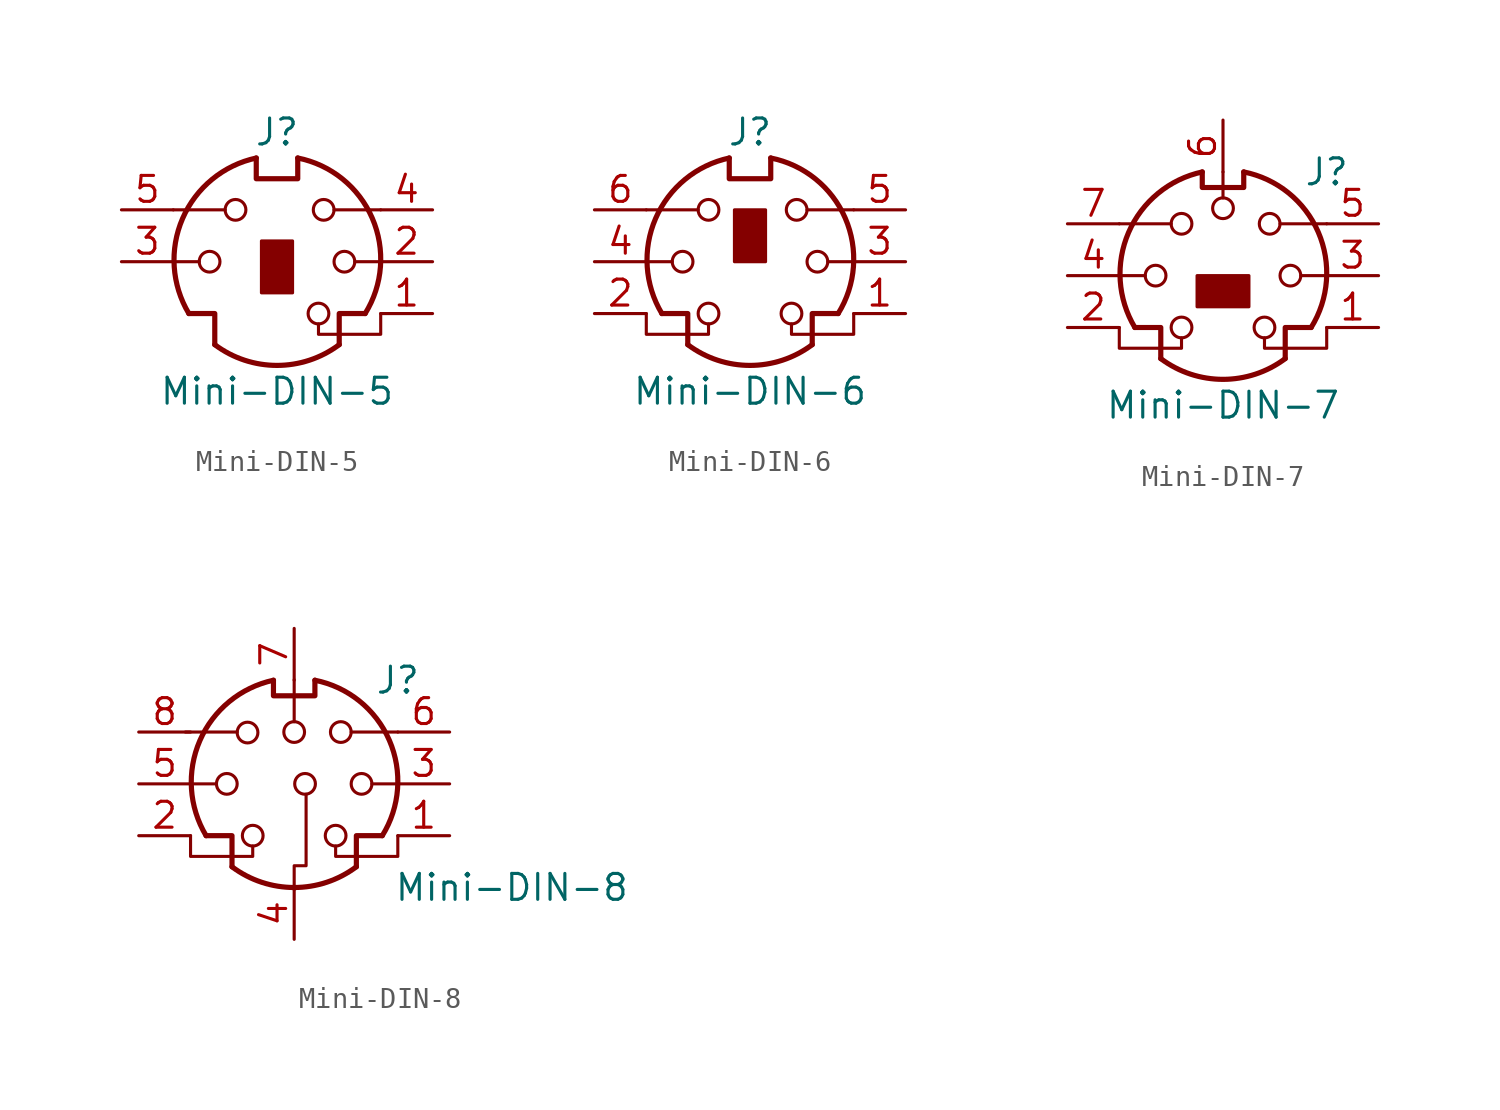
<source format=kicad_sym>
(kicad_symbol_lib
  (version 20220914)
  (generator kicad_symbol_editor)
  (symbol "Mini-DIN-5"
    (pin_names
      (offset 1.016))
    (property "Reference" "J"
      (at 0 6.35 0)
      (effects (font (size 1.27 1.27))))
    (property "Value" "Mini-DIN-5"
      (at 0 -6.35 0)
      (effects (font (size 1.27 1.27))))
    (symbol "Mini-DIN-5_0_1"
      (circle (center -3.302 0) (radius 0.508) (stroke (width 0) (type solid)) (fill (type none)))
      (arc (start -3.048 -4.064) (mid 0 -5.08) (end 3.048 -4.064) (stroke (width 0.254) (type solid)) (fill (type none)))
      (circle (center -2.032 2.54) (radius 0.508) (stroke (width 0) (type solid)) (fill (type none)))
      (arc (start -1.016 5.08) (mid -4.6228 2.1214) (end -4.318 -2.54) (stroke (width 0.254) (type solid)) (fill (type none)))
      (rectangle (start -0.762 1.016) (end 0.762 -1.524) (stroke (width 0) (type solid)) (fill (type outline)))
      (polyline (pts (xy -3.81 0) (xy -5.08 0)) (stroke (width 0) (type solid)) (fill (type none)))
      (polyline (pts (xy -2.54 2.54) (xy -5.08 2.54)) (stroke (width 0) (type solid)) (fill (type none)))
      (polyline (pts (xy 2.794 2.54) (xy 5.08 2.54)) (stroke (width 0) (type solid)) (fill (type none)))
      (polyline (pts (xy 5.08 0) (xy 3.81 0)) (stroke (width 0) (type solid)) (fill (type none)))
      (polyline (pts (xy -4.318 -2.54) (xy -3.048 -2.54) (xy -3.048 -4.064)) (stroke (width 0.254) (type solid)) (fill (type none)))
      (polyline (pts (xy 4.318 -2.54) (xy 3.048 -2.54) (xy 3.048 -4.064)) (stroke (width 0.254) (type solid)) (fill (type none)))
      (polyline (pts (xy -1.016 5.08) (xy -1.016 4.064) (xy 1.016 4.064) (xy 1.016 5.08)) (stroke (width 0.254) (type solid)) (fill (type none)))
      (polyline (pts (xy 2.032 -3.048) (xy 2.032 -3.556) (xy 5.08 -3.556) (xy 5.08 -2.54)) (stroke (width 0) (type solid)) (fill (type none)))
      (circle (center 2.032 -2.54) (radius 0.508) (stroke (width 0) (type solid)) (fill (type none)))
      (circle (center 2.286 2.54) (radius 0.508) (stroke (width 0) (type solid)) (fill (type none)))
      (circle (center 3.302 0) (radius 0.508) (stroke (width 0) (type solid)) (fill (type none)))
      (arc (start 4.318 -2.54) (mid 4.6661 2.1322) (end 1.016 5.08) (stroke (width 0.254) (type solid)) (fill (type none))))
    (symbol "Mini-DIN-5_1_1"
      (pin passive line (at 7.62 -2.54 180) (length 2.54) (name "~" (effects (font (size 1.27 1.27)))) (number "1" (effects (font (size 1.27 1.27)))))
      (pin passive line (at 7.62 0 180) (length 2.54) (name "~" (effects (font (size 1.27 1.27)))) (number "2" (effects (font (size 1.27 1.27)))))
      (pin passive line (at -7.62 0 0) (length 2.54) (name "~" (effects (font (size 1.27 1.27)))) (number "3" (effects (font (size 1.27 1.27)))))
      (pin passive line (at 7.62 2.54 180) (length 2.54) (name "~" (effects (font (size 1.27 1.27)))) (number "4" (effects (font (size 1.27 1.27)))))
      (pin passive line (at -7.62 2.54 0) (length 2.54) (name "~" (effects (font (size 1.27 1.27)))) (number "5" (effects (font (size 1.27 1.27)))))))
  (symbol "Mini-DIN-6"
    (pin_names
      (offset 1.016))
    (property "Reference" "J"
      (at 0 6.35 0)
      (effects (font (size 1.27 1.27))))
    (property "Value" "Mini-DIN-6"
      (at 0 -6.35 0)
      (effects (font (size 1.27 1.27))))
    (symbol "Mini-DIN-6_0_1"
      (circle (center -3.302 0) (radius 0.508) (stroke (width 0) (type solid)) (fill (type none)))
      (arc (start -3.048 -4.064) (mid 0 -5.08) (end 3.048 -4.064) (stroke (width 0.254) (type solid)) (fill (type none)))
      (circle (center -2.032 -2.54) (radius 0.508) (stroke (width 0) (type solid)) (fill (type none)))
      (circle (center -2.032 2.54) (radius 0.508) (stroke (width 0) (type solid)) (fill (type none)))
      (arc (start -1.016 5.08) (mid -4.6228 2.1214) (end -4.318 -2.54) (stroke (width 0.254) (type solid)) (fill (type none)))
      (rectangle (start -0.762 2.54) (end 0.762 0) (stroke (width 0) (type solid)) (fill (type outline)))
      (polyline (pts (xy -3.81 0) (xy -5.08 0)) (stroke (width 0) (type solid)) (fill (type none)))
      (polyline (pts (xy -2.54 2.54) (xy -5.08 2.54)) (stroke (width 0) (type solid)) (fill (type none)))
      (polyline (pts (xy 2.794 2.54) (xy 5.08 2.54)) (stroke (width 0) (type solid)) (fill (type none)))
      (polyline (pts (xy 5.08 0) (xy 3.81 0)) (stroke (width 0) (type solid)) (fill (type none)))
      (polyline (pts (xy -4.318 -2.54) (xy -3.048 -2.54) (xy -3.048 -4.064)) (stroke (width 0.254) (type solid)) (fill (type none)))
      (polyline (pts (xy 4.318 -2.54) (xy 3.048 -2.54) (xy 3.048 -4.064)) (stroke (width 0.254) (type solid)) (fill (type none)))
      (polyline (pts (xy -2.032 -3.048) (xy -2.032 -3.556) (xy -5.08 -3.556) (xy -5.08 -2.54)) (stroke (width 0) (type solid)) (fill (type none)))
      (polyline (pts (xy -1.016 5.08) (xy -1.016 4.064) (xy 1.016 4.064) (xy 1.016 5.08)) (stroke (width 0.254) (type solid)) (fill (type none)))
      (polyline (pts (xy 2.032 -3.048) (xy 2.032 -3.556) (xy 5.08 -3.556) (xy 5.08 -2.54)) (stroke (width 0) (type solid)) (fill (type none)))
      (circle (center 2.032 -2.54) (radius 0.508) (stroke (width 0) (type solid)) (fill (type none)))
      (circle (center 2.286 2.54) (radius 0.508) (stroke (width 0) (type solid)) (fill (type none)))
      (circle (center 3.302 0) (radius 0.508) (stroke (width 0) (type solid)) (fill (type none)))
      (arc (start 4.318 -2.54) (mid 4.6661 2.1322) (end 1.016 5.08) (stroke (width 0.254) (type solid)) (fill (type none))))
    (symbol "Mini-DIN-6_1_1"
      (pin passive line (at 7.62 -2.54 180) (length 2.54) (name "~" (effects (font (size 1.27 1.27)))) (number "1" (effects (font (size 1.27 1.27)))))
      (pin passive line (at -7.62 -2.54 0) (length 2.54) (name "~" (effects (font (size 1.27 1.27)))) (number "2" (effects (font (size 1.27 1.27)))))
      (pin passive line (at 7.62 0 180) (length 2.54) (name "~" (effects (font (size 1.27 1.27)))) (number "3" (effects (font (size 1.27 1.27)))))
      (pin passive line (at -7.62 0 0) (length 2.54) (name "~" (effects (font (size 1.27 1.27)))) (number "4" (effects (font (size 1.27 1.27)))))
      (pin passive line (at 7.62 2.54 180) (length 2.54) (name "~" (effects (font (size 1.27 1.27)))) (number "5" (effects (font (size 1.27 1.27)))))
      (pin passive line (at -7.62 2.54 0) (length 2.54) (name "~" (effects (font (size 1.27 1.27)))) (number "6" (effects (font (size 1.27 1.27)))))))
  (symbol "Mini-DIN-7"
    (pin_names
      (offset 1.016))
    (property "Reference" "J"
      (at 5.08 5.08 0)
      (effects (font (size 1.27 1.27))))
    (property "Value" "Mini-DIN-7"
      (at 0 -6.35 0)
      (effects (font (size 1.27 1.27))))
    (symbol "Mini-DIN-7_0_1"
      (circle (center -3.302 0) (radius 0.508) (stroke (width 0) (type solid)) (fill (type none)))
      (arc (start -3.048 -4.064) (mid 0 -5.08) (end 3.048 -4.064) (stroke (width 0.254) (type solid)) (fill (type none)))
      (circle (center -2.032 -2.54) (radius 0.508) (stroke (width 0) (type solid)) (fill (type none)))
      (circle (center -2.032 2.54) (radius 0.508) (stroke (width 0) (type solid)) (fill (type none)))
      (arc (start -1.016 5.08) (mid -4.6228 2.1214) (end -4.318 -2.54) (stroke (width 0.254) (type solid)) (fill (type none)))
      (polyline (pts (xy -3.81 0) (xy -5.08 0)) (stroke (width 0) (type solid)) (fill (type none)))
      (polyline (pts (xy -2.54 2.54) (xy -5.08 2.54)) (stroke (width 0) (type solid)) (fill (type none)))
      (polyline (pts (xy 0 3.81) (xy 0 5.08)) (stroke (width 0) (type solid)) (fill (type none)))
      (polyline (pts (xy 2.794 2.54) (xy 5.08 2.54)) (stroke (width 0) (type solid)) (fill (type none)))
      (polyline (pts (xy 5.08 0) (xy 3.81 0)) (stroke (width 0) (type solid)) (fill (type none)))
      (polyline (pts (xy -4.318 -2.54) (xy -3.048 -2.54) (xy -3.048 -4.064)) (stroke (width 0.254) (type solid)) (fill (type none)))
      (polyline (pts (xy 4.318 -2.54) (xy 3.048 -2.54) (xy 3.048 -4.064)) (stroke (width 0.254) (type solid)) (fill (type none)))
      (polyline (pts (xy -2.032 -3.048) (xy -2.032 -3.556) (xy -5.08 -3.556) (xy -5.08 -2.54)) (stroke (width 0) (type solid)) (fill (type none)))
      (polyline (pts (xy -1.016 5.08) (xy -1.016 4.318) (xy 1.016 4.318) (xy 1.016 5.08)) (stroke (width 0.254) (type solid)) (fill (type none)))
      (polyline (pts (xy 2.032 -3.048) (xy 2.032 -3.556) (xy 5.08 -3.556) (xy 5.08 -2.54)) (stroke (width 0) (type solid)) (fill (type none)))
      (circle (center 0 3.302) (radius 0.508) (stroke (width 0) (type solid)) (fill (type none)))
      (circle (center 2.032 -2.54) (radius 0.508) (stroke (width 0) (type solid)) (fill (type none)))
      (circle (center 2.286 2.54) (radius 0.508) (stroke (width 0) (type solid)) (fill (type none)))
      (circle (center 3.302 0) (radius 0.508) (stroke (width 0) (type solid)) (fill (type none)))
      (arc (start 4.318 -2.54) (mid 4.6661 2.1322) (end 1.016 5.08) (stroke (width 0.254) (type solid)) (fill (type none))))
    (symbol "Mini-DIN-7_1_1"
      (rectangle (start -1.27 -1.524) (end 1.27 0) (stroke (width 0) (type solid)) (fill (type outline)))
      (pin passive line (at 7.62 -2.54 180) (length 2.54) (name "~" (effects (font (size 1.27 1.27)))) (number "1" (effects (font (size 1.27 1.27)))))
      (pin passive line (at -7.62 -2.54 0) (length 2.54) (name "~" (effects (font (size 1.27 1.27)))) (number "2" (effects (font (size 1.27 1.27)))))
      (pin passive line (at 7.62 0 180) (length 2.54) (name "~" (effects (font (size 1.27 1.27)))) (number "3" (effects (font (size 1.27 1.27)))))
      (pin passive line (at -7.62 0 0) (length 2.54) (name "~" (effects (font (size 1.27 1.27)))) (number "4" (effects (font (size 1.27 1.27)))))
      (pin passive line (at 7.62 2.54 180) (length 2.54) (name "~" (effects (font (size 1.27 1.27)))) (number "5" (effects (font (size 1.27 1.27)))))
      (pin passive line (at 0 7.62 270) (length 2.54) (name "~" (effects (font (size 1.27 1.27)))) (number "6" (effects (font (size 1.27 1.27)))))
      (pin passive line (at -7.62 2.54 0) (length 2.54) (name "~" (effects (font (size 1.27 1.27)))) (number "7" (effects (font (size 1.27 1.27)))))))
  (symbol "Mini-DIN-8"
    (pin_names
      (offset 1.016))
    (property "Reference" "J"
      (at 5.08 5.08 0)
      (effects (font (size 1.27 1.27))))
    (property "Value" "Mini-DIN-8"
      (at 10.668 -5.08 0)
      (effects (font (size 1.27 1.27))))
    (symbol "Mini-DIN-8_0_1"
      (circle (center -3.302 0) (radius 0.508) (stroke (width 0) (type solid)) (fill (type none)))
      (arc (start -3.048 -4.064) (mid 0 -5.08) (end 3.048 -4.064) (stroke (width 0.254) (type solid)) (fill (type none)))
      (circle (center -2.286 2.515) (radius 0.508) (stroke (width 0) (type solid)) (fill (type none)))
      (circle (center -2.032 -2.54) (radius 0.508) (stroke (width 0) (type solid)) (fill (type none)))
      (arc (start -1.016 5.08) (mid -4.6228 2.1214) (end -4.318 -2.54) (stroke (width 0.254) (type solid)) (fill (type none)))
      (polyline (pts (xy -3.81 0) (xy -5.08 0)) (stroke (width 0) (type solid)) (fill (type none)))
      (polyline (pts (xy -2.794 2.54) (xy -5.334 2.54)) (stroke (width 0) (type solid)) (fill (type none)))
      (polyline (pts (xy 0 5.105) (xy 0 3.048)) (stroke (width 0) (type solid)) (fill (type none)))
      (polyline (pts (xy 2.794 2.54) (xy 5.08 2.54)) (stroke (width 0) (type solid)) (fill (type none)))
      (polyline (pts (xy 5.08 0) (xy 3.81 0)) (stroke (width 0) (type solid)) (fill (type none)))
      (polyline (pts (xy -4.318 -2.54) (xy -3.048 -2.54) (xy -3.048 -4.064)) (stroke (width 0.254) (type solid)) (fill (type none)))
      (polyline (pts (xy 4.318 -2.54) (xy 3.048 -2.54) (xy 3.048 -4.064)) (stroke (width 0.254) (type solid)) (fill (type none)))
      (polyline (pts (xy -2.032 -3.048) (xy -2.032 -3.556) (xy -5.08 -3.556) (xy -5.08 -2.54)) (stroke (width 0) (type solid)) (fill (type none)))
      (polyline (pts (xy -1.016 5.08) (xy -1.016 4.318) (xy 1.016 4.318) (xy 1.016 5.08)) (stroke (width 0.254) (type solid)) (fill (type none)))
      (polyline (pts (xy 0.584 -0.508) (xy 0.584 -4.013) (xy 0 -4.013) (xy 0 -5.182)) (stroke (width 0) (type solid)) (fill (type none)))
      (polyline (pts (xy 2.032 -3.048) (xy 2.032 -3.556) (xy 5.08 -3.556) (xy 5.08 -2.54)) (stroke (width 0) (type solid)) (fill (type none)))
      (circle (center 0 2.54) (radius 0.508) (stroke (width 0) (type solid)) (fill (type none)))
      (circle (center 2.032 -2.54) (radius 0.508) (stroke (width 0) (type solid)) (fill (type none)))
      (circle (center 2.286 2.54) (radius 0.508) (stroke (width 0) (type solid)) (fill (type none)))
      (circle (center 3.302 0) (radius 0.508) (stroke (width 0) (type solid)) (fill (type none)))
      (arc (start 4.318 -2.54) (mid 4.6661 2.1322) (end 1.016 5.08) (stroke (width 0.254) (type solid)) (fill (type none))))
    (symbol "Mini-DIN-8_1_1"
      (circle (center 0.533 0) (radius 0.508) (stroke (width 0) (type solid)) (fill (type none)))
      (pin passive line (at 7.62 -2.54 180) (length 2.54) (name "~" (effects (font (size 1.27 1.27)))) (number "1" (effects (font (size 1.27 1.27)))))
      (pin passive line (at -7.62 -2.54 0) (length 2.54) (name "~" (effects (font (size 1.27 1.27)))) (number "2" (effects (font (size 1.27 1.27)))))
      (pin passive line (at 7.62 0 180) (length 2.54) (name "~" (effects (font (size 1.27 1.27)))) (number "3" (effects (font (size 1.27 1.27)))))
      (pin passive line (at 0 -7.62 90) (length 2.54) (name "~" (effects (font (size 1.27 1.27)))) (number "4" (effects (font (size 1.27 1.27)))))
      (pin passive line (at -7.62 0 0) (length 2.54) (name "~" (effects (font (size 1.27 1.27)))) (number "5" (effects (font (size 1.27 1.27)))))
      (pin passive line (at 7.62 2.54 180) (length 2.54) (name "~" (effects (font (size 1.27 1.27)))) (number "6" (effects (font (size 1.27 1.27)))))
      (pin passive line (at 0 7.62 270) (length 2.54) (name "~" (effects (font (size 1.27 1.27)))) (number "7" (effects (font (size 1.27 1.27)))))
      (pin passive line (at -7.62 2.54 0) (length 2.54) (name "~" (effects (font (size 1.27 1.27)))) (number "8" (effects (font (size 1.27 1.27))))))))
</source>
